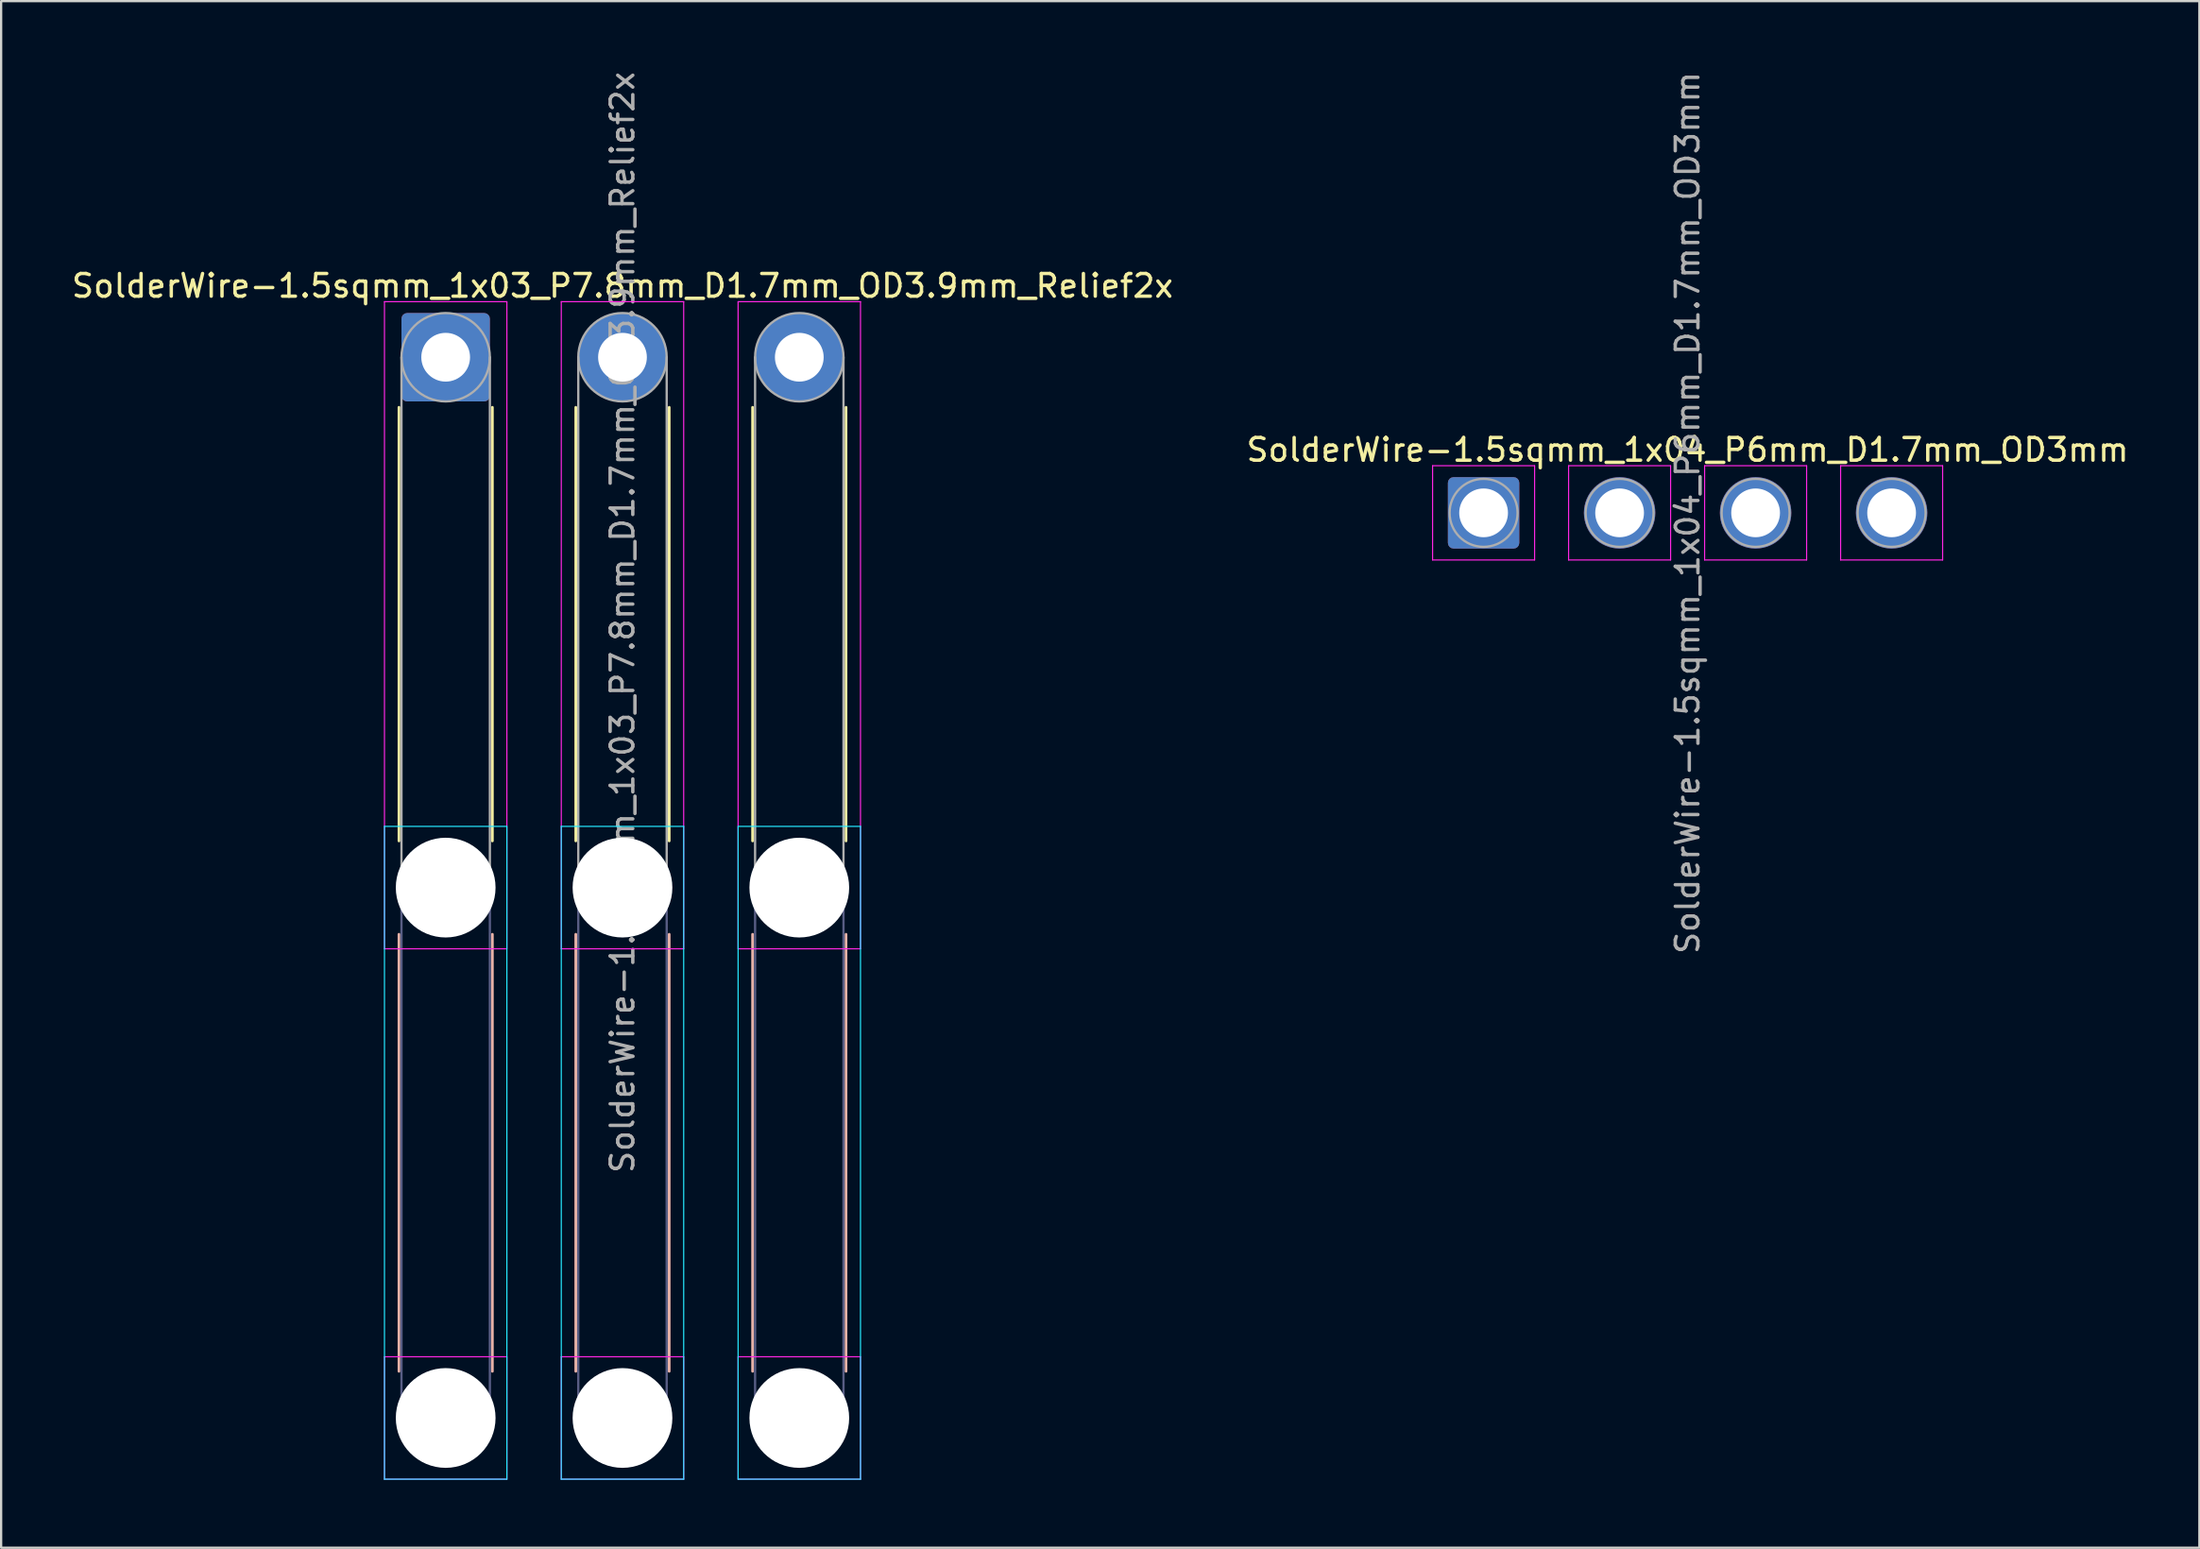
<source format=kicad_pcb>
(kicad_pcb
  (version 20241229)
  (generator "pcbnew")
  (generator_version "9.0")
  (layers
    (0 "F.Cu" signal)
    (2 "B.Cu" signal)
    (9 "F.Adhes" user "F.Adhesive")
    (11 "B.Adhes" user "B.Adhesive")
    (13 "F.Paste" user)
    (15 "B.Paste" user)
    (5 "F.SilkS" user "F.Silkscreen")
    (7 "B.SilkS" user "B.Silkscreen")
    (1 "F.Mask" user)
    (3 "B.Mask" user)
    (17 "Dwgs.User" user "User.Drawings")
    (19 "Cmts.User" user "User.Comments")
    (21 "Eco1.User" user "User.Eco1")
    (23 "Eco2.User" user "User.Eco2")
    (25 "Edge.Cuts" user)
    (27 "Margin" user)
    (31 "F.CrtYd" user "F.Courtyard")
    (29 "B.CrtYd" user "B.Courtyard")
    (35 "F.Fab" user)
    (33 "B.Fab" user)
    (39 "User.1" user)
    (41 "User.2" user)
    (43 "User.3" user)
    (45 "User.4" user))
  (footprint "SolderWire-1.5sqmm_1x04_P6mm_D1.7mm_OD3mm"
    (layer "F.Cu")
    (at 62.399 19.577)
    (property "Reference" "SolderWire-1.5sqmm_1x04_P6mm_D1.7mm_OD3mm" (at 9 -2.78 0) (layer "F.SilkS") (effects (font (size 1 1) (thickness 0.15))))
    (attr exclude_from_pos_files exclude_from_bom)
    (fp_line (start -2.25 -2.08) (end -2.25 2.08) (stroke (width 0.05) (type solid)) (layer "F.CrtYd"))
    (fp_line (start -2.25 2.08) (end 2.25 2.08) (stroke (width 0.05) (type solid)) (layer "F.CrtYd"))
    (fp_line (start 2.25 -2.08) (end -2.25 -2.08) (stroke (width 0.05) (type solid)) (layer "F.CrtYd"))
    (fp_line (start 2.25 2.08) (end 2.25 -2.08) (stroke (width 0.05) (type solid)) (layer "F.CrtYd"))
    (fp_line (start 3.75 -2.08) (end 3.75 2.08) (stroke (width 0.05) (type solid)) (layer "F.CrtYd"))
    (fp_line (start 3.75 2.08) (end 8.25 2.08) (stroke (width 0.05) (type solid)) (layer "F.CrtYd"))
    (fp_line (start 8.25 -2.08) (end 3.75 -2.08) (stroke (width 0.05) (type solid)) (layer "F.CrtYd"))
    (fp_line (start 8.25 2.08) (end 8.25 -2.08) (stroke (width 0.05) (type solid)) (layer "F.CrtYd"))
    (fp_line (start 9.75 -2.08) (end 9.75 2.08) (stroke (width 0.05) (type solid)) (layer "F.CrtYd"))
    (fp_line (start 9.75 2.08) (end 14.25 2.08) (stroke (width 0.05) (type solid)) (layer "F.CrtYd"))
    (fp_line (start 14.25 -2.08) (end 9.75 -2.08) (stroke (width 0.05) (type solid)) (layer "F.CrtYd"))
    (fp_line (start 14.25 2.08) (end 14.25 -2.08) (stroke (width 0.05) (type solid)) (layer "F.CrtYd"))
    (fp_line (start 15.75 -2.08) (end 15.75 2.08) (stroke (width 0.05) (type solid)) (layer "F.CrtYd"))
    (fp_line (start 15.75 2.08) (end 20.25 2.08) (stroke (width 0.05) (type solid)) (layer "F.CrtYd"))
    (fp_line (start 20.25 -2.08) (end 15.75 -2.08) (stroke (width 0.05) (type solid)) (layer "F.CrtYd"))
    (fp_line (start 20.25 2.08) (end 20.25 -2.08) (stroke (width 0.05) (type solid)) (layer "F.CrtYd"))
    (fp_circle (center 0 0) (end 1.5 0) (stroke (width 0.1) (type solid)) (fill no) (layer "F.Fab"))
    (fp_circle (center 6 0) (end 7.5 0) (stroke (width 0.1) (type solid)) (fill no) (layer "F.Fab"))
    (fp_circle (center 12 0) (end 13.5 0) (stroke (width 0.1) (type solid)) (fill no) (layer "F.Fab"))
    (fp_circle (center 18 0) (end 19.5 0) (stroke (width 0.1) (type solid)) (fill no) (layer "F.Fab"))
    (fp_text user "${REFERENCE}" (at 9 0 90) (layer "F.Fab") (effects (font (size 1 1) (thickness 0.15))))
    (pad "1" thru_hole roundrect (at 0 0) (size 3.15 3.15) (drill 2.15) (layers "*.Cu" "*.Mask") (roundrect_rratio 0.079))
    (pad "2" thru_hole circle (at 6 0) (size 3.15 3.15) (drill 2.15) (layers "*.Cu" "*.Mask"))
    (pad "3" thru_hole circle (at 12 0) (size 3.15 3.15) (drill 2.15) (layers "*.Cu" "*.Mask"))
    (pad "4" thru_hole circle (at 18 0) (size 3.15 3.15) (drill 2.15) (layers "*.Cu" "*.Mask")))
  (footprint "SolderWire-1.5sqmm_1x03_P7.8mm_D1.7mm_OD3.9mm_Relief2x"
    (layer "F.Cu")
    (at 16.611 12.711)
    (property "Reference" "SolderWire-1.5sqmm_1x03_P7.8mm_D1.7mm_OD3.9mm_Relief2x" (at 7.8 -3.15 0) (layer "F.SilkS") (effects (font (size 1 1) (thickness 0.15))))
    (attr exclude_from_pos_files exclude_from_bom)
    (fp_line (start -2.06 2.21) (end -2.06 21.34) (stroke (width 0.12) (type solid)) (layer "F.SilkS"))
    (fp_line (start 2.06 2.21) (end 2.06 21.34) (stroke (width 0.12) (type solid)) (layer "F.SilkS"))
    (fp_line (start 5.74 2.21) (end 5.74 21.34) (stroke (width 0.12) (type solid)) (layer "F.SilkS"))
    (fp_line (start 9.86 2.21) (end 9.86 21.34) (stroke (width 0.12) (type solid)) (layer "F.SilkS"))
    (fp_line (start 13.54 2.21) (end 13.54 21.34) (stroke (width 0.12) (type solid)) (layer "F.SilkS"))
    (fp_line (start 17.66 2.21) (end 17.66 21.34) (stroke (width 0.12) (type solid)) (layer "F.SilkS"))
    (fp_line (start -2.06 25.46) (end -2.06 44.74) (stroke (width 0.12) (type solid)) (layer "B.SilkS"))
    (fp_line (start 2.06 25.46) (end 2.06 44.74) (stroke (width 0.12) (type solid)) (layer "B.SilkS"))
    (fp_line (start 5.74 25.46) (end 5.74 44.74) (stroke (width 0.12) (type solid)) (layer "B.SilkS"))
    (fp_line (start 9.86 25.46) (end 9.86 44.74) (stroke (width 0.12) (type solid)) (layer "B.SilkS"))
    (fp_line (start 13.54 25.46) (end 13.54 44.74) (stroke (width 0.12) (type solid)) (layer "B.SilkS"))
    (fp_line (start 17.66 25.46) (end 17.66 44.74) (stroke (width 0.12) (type solid)) (layer "B.SilkS"))
    (fp_line (start -2.7 20.7) (end -2.7 49.5) (stroke (width 0.05) (type solid)) (layer "B.CrtYd"))
    (fp_line (start -2.7 49.5) (end 2.7 49.5) (stroke (width 0.05) (type solid)) (layer "B.CrtYd"))
    (fp_line (start 2.7 20.7) (end -2.7 20.7) (stroke (width 0.05) (type solid)) (layer "B.CrtYd"))
    (fp_line (start 2.7 49.5) (end 2.7 20.7) (stroke (width 0.05) (type solid)) (layer "B.CrtYd"))
    (fp_line (start 5.1 20.7) (end 5.1 49.5) (stroke (width 0.05) (type solid)) (layer "B.CrtYd"))
    (fp_line (start 5.1 49.5) (end 10.5 49.5) (stroke (width 0.05) (type solid)) (layer "B.CrtYd"))
    (fp_line (start 10.5 20.7) (end 5.1 20.7) (stroke (width 0.05) (type solid)) (layer "B.CrtYd"))
    (fp_line (start 10.5 49.5) (end 10.5 20.7) (stroke (width 0.05) (type solid)) (layer "B.CrtYd"))
    (fp_line (start 12.9 20.7) (end 12.9 49.5) (stroke (width 0.05) (type solid)) (layer "B.CrtYd"))
    (fp_line (start 12.9 49.5) (end 18.3 49.5) (stroke (width 0.05) (type solid)) (layer "B.CrtYd"))
    (fp_line (start 18.3 20.7) (end 12.9 20.7) (stroke (width 0.05) (type solid)) (layer "B.CrtYd"))
    (fp_line (start 18.3 49.5) (end 18.3 20.7) (stroke (width 0.05) (type solid)) (layer "B.CrtYd"))
    (fp_line (start -2.7 -2.45) (end -2.7 26.1) (stroke (width 0.05) (type solid)) (layer "F.CrtYd"))
    (fp_line (start -2.7 26.1) (end 2.7 26.1) (stroke (width 0.05) (type solid)) (layer "F.CrtYd"))
    (fp_line (start -2.7 44.1) (end -2.7 49.5) (stroke (width 0.05) (type solid)) (layer "F.CrtYd"))
    (fp_line (start -2.7 49.5) (end 2.7 49.5) (stroke (width 0.05) (type solid)) (layer "F.CrtYd"))
    (fp_line (start 2.7 -2.45) (end -2.7 -2.45) (stroke (width 0.05) (type solid)) (layer "F.CrtYd"))
    (fp_line (start 2.7 26.1) (end 2.7 -2.45) (stroke (width 0.05) (type solid)) (layer "F.CrtYd"))
    (fp_line (start 2.7 44.1) (end -2.7 44.1) (stroke (width 0.05) (type solid)) (layer "F.CrtYd"))
    (fp_line (start 2.7 49.5) (end 2.7 44.1) (stroke (width 0.05) (type solid)) (layer "F.CrtYd"))
    (fp_line (start 5.1 -2.45) (end 5.1 26.1) (stroke (width 0.05) (type solid)) (layer "F.CrtYd"))
    (fp_line (start 5.1 26.1) (end 10.5 26.1) (stroke (width 0.05) (type solid)) (layer "F.CrtYd"))
    (fp_line (start 5.1 44.1) (end 5.1 49.5) (stroke (width 0.05) (type solid)) (layer "F.CrtYd"))
    (fp_line (start 5.1 49.5) (end 10.5 49.5) (stroke (width 0.05) (type solid)) (layer "F.CrtYd"))
    (fp_line (start 10.5 -2.45) (end 5.1 -2.45) (stroke (width 0.05) (type solid)) (layer "F.CrtYd"))
    (fp_line (start 10.5 26.1) (end 10.5 -2.45) (stroke (width 0.05) (type solid)) (layer "F.CrtYd"))
    (fp_line (start 10.5 44.1) (end 5.1 44.1) (stroke (width 0.05) (type solid)) (layer "F.CrtYd"))
    (fp_line (start 10.5 49.5) (end 10.5 44.1) (stroke (width 0.05) (type solid)) (layer "F.CrtYd"))
    (fp_line (start 12.9 -2.45) (end 12.9 26.1) (stroke (width 0.05) (type solid)) (layer "F.CrtYd"))
    (fp_line (start 12.9 26.1) (end 18.3 26.1) (stroke (width 0.05) (type solid)) (layer "F.CrtYd"))
    (fp_line (start 12.9 44.1) (end 12.9 49.5) (stroke (width 0.05) (type solid)) (layer "F.CrtYd"))
    (fp_line (start 12.9 49.5) (end 18.3 49.5) (stroke (width 0.05) (type solid)) (layer "F.CrtYd"))
    (fp_line (start 18.3 -2.45) (end 12.9 -2.45) (stroke (width 0.05) (type solid)) (layer "F.CrtYd"))
    (fp_line (start 18.3 26.1) (end 18.3 -2.45) (stroke (width 0.05) (type solid)) (layer "F.CrtYd"))
    (fp_line (start 18.3 44.1) (end 12.9 44.1) (stroke (width 0.05) (type solid)) (layer "F.CrtYd"))
    (fp_line (start 18.3 49.5) (end 18.3 44.1) (stroke (width 0.05) (type solid)) (layer "F.CrtYd"))
    (fp_line (start -1.95 23.4) (end -1.95 46.8) (stroke (width 0.1) (type solid)) (layer "B.Fab"))
    (fp_line (start 1.95 23.4) (end 1.95 46.8) (stroke (width 0.1) (type solid)) (layer "B.Fab"))
    (fp_line (start 5.85 23.4) (end 5.85 46.8) (stroke (width 0.1) (type solid)) (layer "B.Fab"))
    (fp_line (start 9.75 23.4) (end 9.75 46.8) (stroke (width 0.1) (type solid)) (layer "B.Fab"))
    (fp_line (start 13.65 23.4) (end 13.65 46.8) (stroke (width 0.1) (type solid)) (layer "B.Fab"))
    (fp_line (start 17.55 23.4) (end 17.55 46.8) (stroke (width 0.1) (type solid)) (layer "B.Fab"))
    (fp_circle (center 0 23.4) (end 1.95 23.4) (stroke (width 0.1) (type solid)) (fill no) (layer "B.Fab"))
    (fp_circle (center 0 46.8) (end 1.95 46.8) (stroke (width 0.1) (type solid)) (fill no) (layer "B.Fab"))
    (fp_circle (center 7.8 23.4) (end 9.75 23.4) (stroke (width 0.1) (type solid)) (fill no) (layer "B.Fab"))
    (fp_circle (center 7.8 46.8) (end 9.75 46.8) (stroke (width 0.1) (type solid)) (fill no) (layer "B.Fab"))
    (fp_circle (center 15.6 23.4) (end 17.55 23.4) (stroke (width 0.1) (type solid)) (fill no) (layer "B.Fab"))
    (fp_circle (center 15.6 46.8) (end 17.55 46.8) (stroke (width 0.1) (type solid)) (fill no) (layer "B.Fab"))
    (fp_line (start -1.95 0) (end -1.95 23.4) (stroke (width 0.1) (type solid)) (layer "F.Fab"))
    (fp_line (start 1.95 0) (end 1.95 23.4) (stroke (width 0.1) (type solid)) (layer "F.Fab"))
    (fp_line (start 5.85 0) (end 5.85 23.4) (stroke (width 0.1) (type solid)) (layer "F.Fab"))
    (fp_line (start 9.75 0) (end 9.75 23.4) (stroke (width 0.1) (type solid)) (layer "F.Fab"))
    (fp_line (start 13.65 0) (end 13.65 23.4) (stroke (width 0.1) (type solid)) (layer "F.Fab"))
    (fp_line (start 17.55 0) (end 17.55 23.4) (stroke (width 0.1) (type solid)) (layer "F.Fab"))
    (fp_circle (center 0 0) (end 1.95 0) (stroke (width 0.1) (type solid)) (fill no) (layer "F.Fab"))
    (fp_circle (center 0 23.4) (end 1.95 23.4) (stroke (width 0.1) (type solid)) (fill no) (layer "F.Fab"))
    (fp_circle (center 0 46.8) (end 1.95 46.8) (stroke (width 0.1) (type solid)) (fill no) (layer "F.Fab"))
    (fp_circle (center 7.8 0) (end 9.75 0) (stroke (width 0.1) (type solid)) (fill no) (layer "F.Fab"))
    (fp_circle (center 7.8 23.4) (end 9.75 23.4) (stroke (width 0.1) (type solid)) (fill no) (layer "F.Fab"))
    (fp_circle (center 7.8 46.8) (end 9.75 46.8) (stroke (width 0.1) (type solid)) (fill no) (layer "F.Fab"))
    (fp_circle (center 15.6 0) (end 17.55 0) (stroke (width 0.1) (type solid)) (fill no) (layer "F.Fab"))
    (fp_circle (center 15.6 23.4) (end 17.55 23.4) (stroke (width 0.1) (type solid)) (fill no) (layer "F.Fab"))
    (fp_circle (center 15.6 46.8) (end 17.55 46.8) (stroke (width 0.1) (type solid)) (fill no) (layer "F.Fab"))
    (fp_text user "${REFERENCE}" (at 7.8 11.7 90) (layer "F.Fab") (effects (font (size 1 1) (thickness 0.15))))
    (pad "" np_thru_hole circle (at 0 23.4) (size 4.4 4.4) (drill 4.4) (layers "*.Cu" "*.Mask"))
    (pad "" np_thru_hole circle (at 0 46.8) (size 4.4 4.4) (drill 4.4) (layers "*.Cu" "*.Mask"))
    (pad "" np_thru_hole circle (at 7.8 23.4) (size 4.4 4.4) (drill 4.4) (layers "*.Cu" "*.Mask"))
    (pad "" np_thru_hole circle (at 7.8 46.8) (size 4.4 4.4) (drill 4.4) (layers "*.Cu" "*.Mask"))
    (pad "" np_thru_hole circle (at 15.6 23.4) (size 4.4 4.4) (drill 4.4) (layers "*.Cu" "*.Mask"))
    (pad "" np_thru_hole circle (at 15.6 46.8) (size 4.4 4.4) (drill 4.4) (layers "*.Cu" "*.Mask"))
    (pad "1" thru_hole roundrect (at 0 0) (size 3.9 3.9) (drill 2.15) (layers "*.Cu" "*.Mask") (roundrect_rratio 0.064))
    (pad "2" thru_hole circle (at 7.8 0) (size 3.9 3.9) (drill 2.15) (layers "*.Cu" "*.Mask"))
    (pad "3" thru_hole circle (at 15.6 0) (size 3.9 3.9) (drill 2.15) (layers "*.Cu" "*.Mask")))
  (gr_rect
    (start -3 -3)
    (end 93.976 65.236)
    (stroke (width 0.1) (type default))
    (fill no)
    (layer "Edge.Cuts")))
</source>
